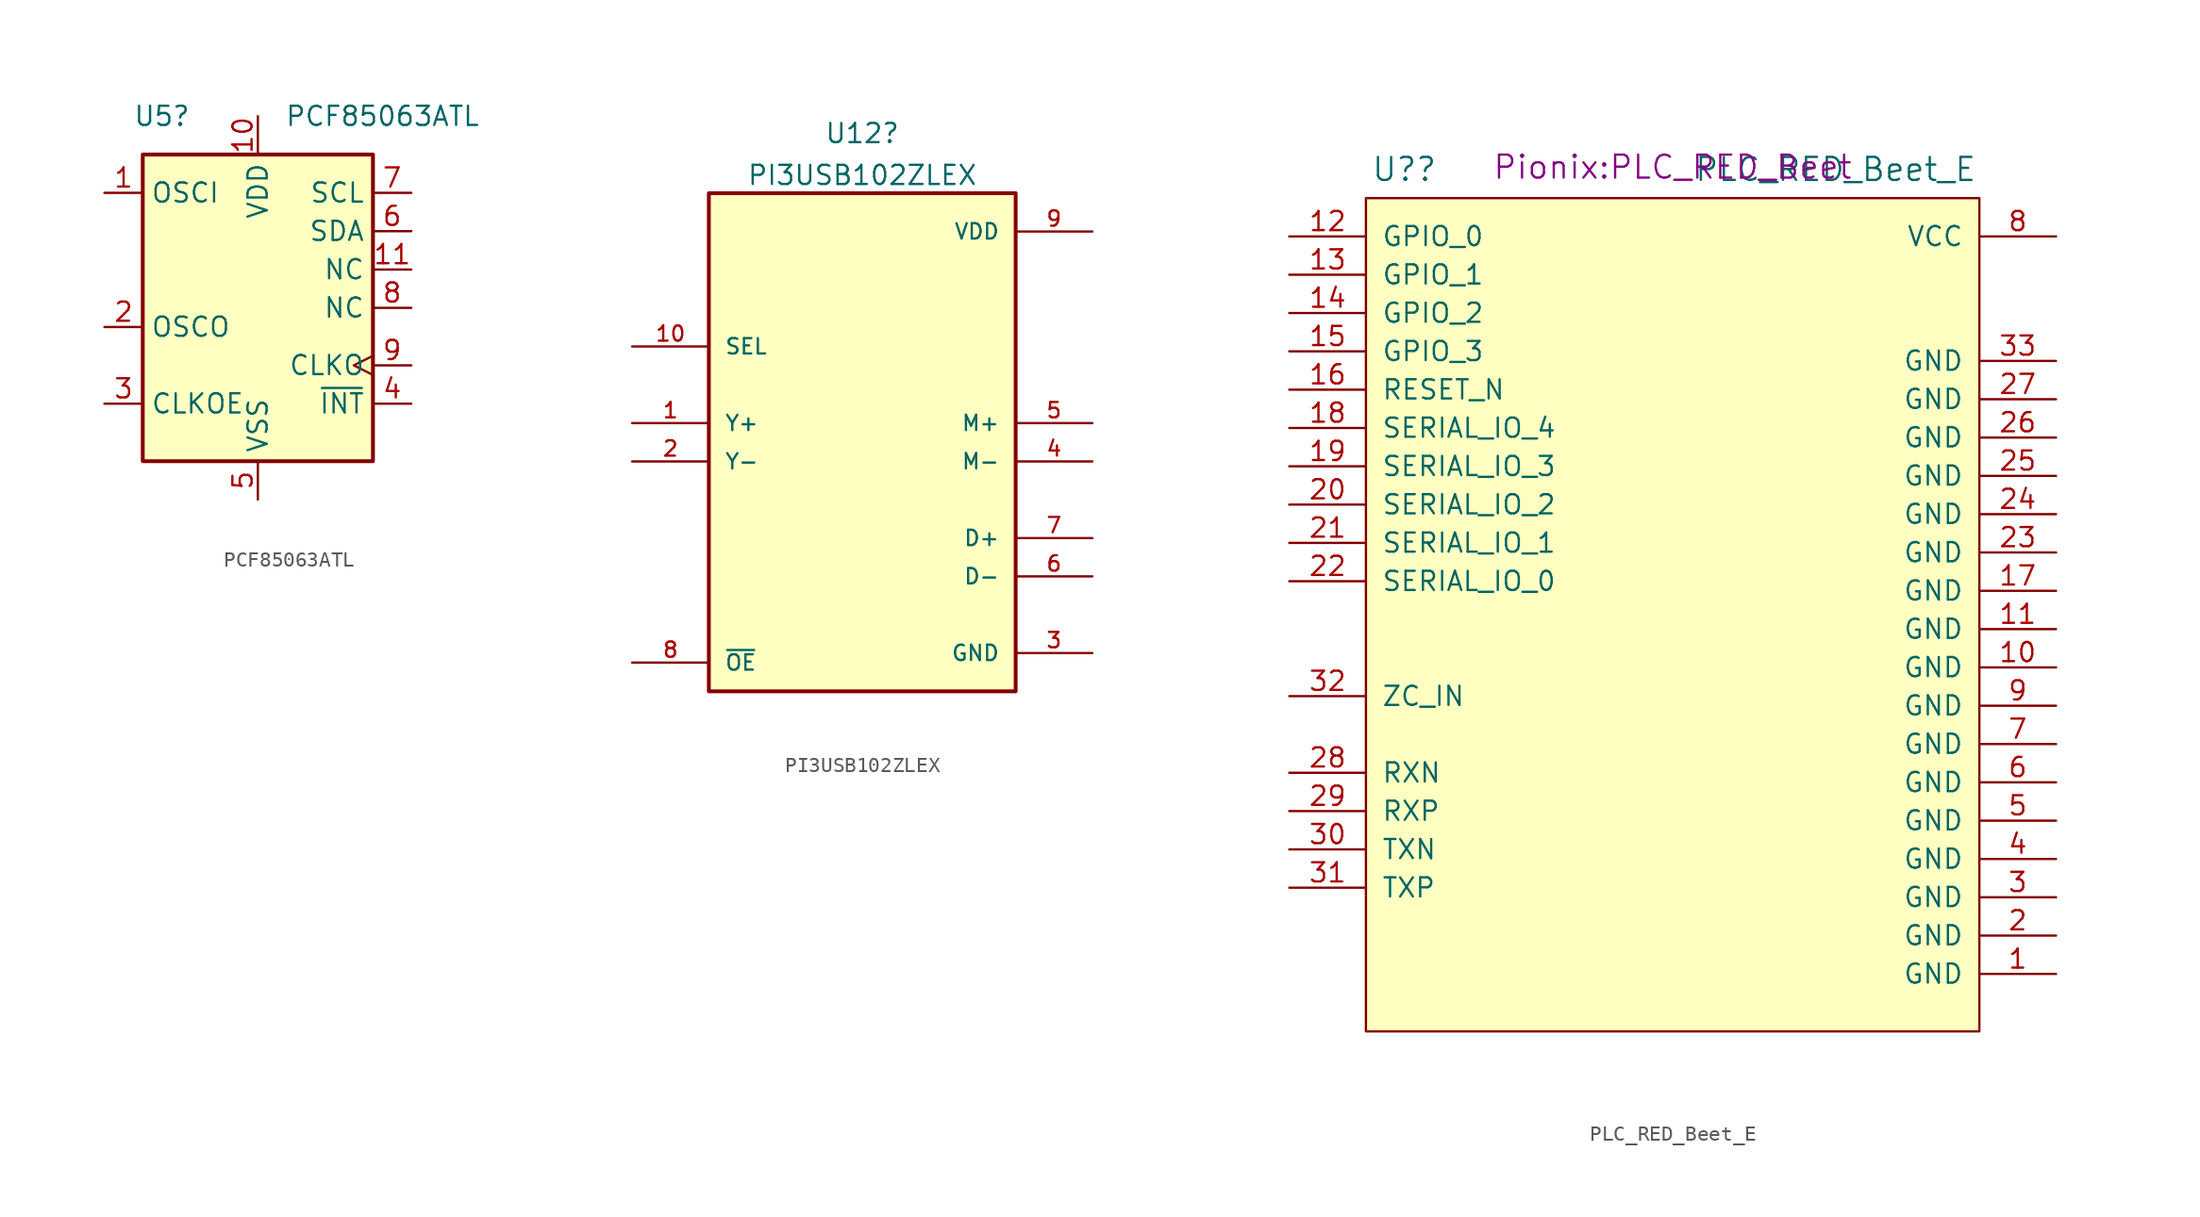
<source format=kicad_sym>
(kicad_symbol_lib
  (version 20211014)
  (generator kicad_symbol_editor)
  (symbol "PCF85063ATL"
    (property "Reference" "U5"
      (at -6.35 10.16 0)
      (effects (font (size 1.27 1.27))))
    (property "Value" "PCF85063ATL"
      (at 8.255 10.16 0)
      (effects (font (size 1.27 1.27))))
    (symbol "PCF85063ATL_0_1"
      (rectangle (start -7.62 7.62) (end 7.62 -12.7) (stroke (width 0.254) (type default) (color 0 0 0 0)) (fill (type background))))
    (symbol "PCF85063ATL_1_1"
      (pin input line (at -10.16 5.08 0) (length 2.54) (name "OSCI" (effects (font (size 1.27 1.27)))) (number "1" (effects (font (size 1.27 1.27)))))
      (pin power_in line (at 0 10.16 270) (length 2.54) (name "VDD" (effects (font (size 1.27 1.27)))) (number "10" (effects (font (size 1.27 1.27)))))
      (pin input line (at 10.16 0 180) (length 2.54) (name "NC" (effects (font (size 1.27 1.27)))) (number "11" (effects (font (size 1.27 1.27)))))
      (pin output line (at -10.16 -3.81 0) (length 2.54) (name "OSCO" (effects (font (size 1.27 1.27)))) (number "2" (effects (font (size 1.27 1.27)))))
      (pin input line (at -10.16 -8.89 0) (length 2.54) (name "CLKOE" (effects (font (size 1.27 1.27)))) (number "3" (effects (font (size 1.27 1.27)))))
      (pin output line (at 10.16 -8.89 180) (length 2.54) (name "~{INT}" (effects (font (size 1.27 1.27)))) (number "4" (effects (font (size 1.27 1.27)))))
      (pin power_in line (at 0 -15.24 90) (length 2.54) (name "VSS" (effects (font (size 1.27 1.27)))) (number "5" (effects (font (size 1.27 1.27)))))
      (pin bidirectional line (at 10.16 2.54 180) (length 2.54) (name "SDA" (effects (font (size 1.27 1.27)))) (number "6" (effects (font (size 1.27 1.27)))))
      (pin input line (at 10.16 5.08 180) (length 2.54) (name "SCL" (effects (font (size 1.27 1.27)))) (number "7" (effects (font (size 1.27 1.27)))))
      (pin input line (at 10.16 -2.54 180) (length 2.54) (name "NC" (effects (font (size 1.27 1.27)))) (number "8" (effects (font (size 1.27 1.27)))))
      (pin output clock (at 10.16 -6.35 180) (length 2.54) (name "CLKO" (effects (font (size 1.27 1.27)))) (number "9" (effects (font (size 1.27 1.27)))))))
  (symbol "PI3USB102ZLEX"
    (pin_names
      (offset 1.016))
    (property "Reference" "U12"
      (at 0 21.747 0)
      (effects (font (size 1.27 1.27))))
    (property "Value" "PI3USB102ZLEX"
      (at 0 18.971 0)
      (effects (font (size 1.27 1.27))))
    (property "ki_locked" ""
      (at 0 0 0)
      (effects (font (size 1.27 1.27))))
    (symbol "PI3USB102ZLEX_0_0"
      (rectangle (start -10.16 -15.24) (end 10.16 17.78) (stroke (width 0.254) (type default) (color 0 0 0 0)) (fill (type background)))
      (pin bidirectional line (at -15.24 2.54 0) (length 5.08) (name "Y+" (effects (font (size 1.016 1.016)))) (number "1" (effects (font (size 1.016 1.016)))))
      (pin input line (at -15.24 7.62 0) (length 5.08) (name "SEL" (effects (font (size 1.016 1.016)))) (number "10" (effects (font (size 1.016 1.016)))))
      (pin bidirectional line (at -15.24 0 0) (length 5.08) (name "Y-" (effects (font (size 1.016 1.016)))) (number "2" (effects (font (size 1.016 1.016)))))
      (pin power_in line (at 15.24 -12.7 180) (length 5.08) (name "GND" (effects (font (size 1.016 1.016)))) (number "3" (effects (font (size 1.016 1.016)))))
      (pin bidirectional line (at 15.24 0 180) (length 5.08) (name "M-" (effects (font (size 1.016 1.016)))) (number "4" (effects (font (size 1.016 1.016)))))
      (pin bidirectional line (at 15.24 2.54 180) (length 5.08) (name "M+" (effects (font (size 1.016 1.016)))) (number "5" (effects (font (size 1.016 1.016)))))
      (pin bidirectional line (at 15.24 -7.62 180) (length 5.08) (name "D-" (effects (font (size 1.016 1.016)))) (number "6" (effects (font (size 1.016 1.016)))))
      (pin bidirectional line (at 15.24 -5.08 180) (length 5.08) (name "D+" (effects (font (size 1.016 1.016)))) (number "7" (effects (font (size 1.016 1.016)))))
      (pin input line (at -15.24 -13.335 0) (length 5.08) (name "~{OE}" (effects (font (size 1.016 1.016)))) (number "8" (effects (font (size 1.016 1.016)))))
      (pin power_in line (at 15.24 15.24 180) (length 5.08) (name "VDD" (effects (font (size 1.016 1.016)))) (number "9" (effects (font (size 1.016 1.016)))))))
  (symbol "PLC_RED_Beet_E"
    (pin_names
      (offset 1.016))
    (property "Reference" "U?"
      (at -17.78 24.765 0)
      (effects (font (size 1.524 1.524))))
    (property "Value" "PLC_RED_Beet_E"
      (at 10.795 24.765 0)
      (effects (font (size 1.524 1.524))))
    (property "Footprint" "Pionix:PLC_RED_Beet"
      (at 0 24.917 0)
      (effects (font (size 1.524 1.524))))
    (property "Datasheet" ""
      (at 0 2.54 0)
      (effects (font (size 1.524 1.524))))
    (symbol "PLC_RED_Beet_E_0_1"
      (rectangle (start -20.32 22.86) (end 20.32 -32.385) (stroke (width 0) (type default) (color 0 0 0 0)) (fill (type background))))
    (symbol "PLC_RED_Beet_E_1_1"
      (pin power_in line (at 25.4 -28.575 180) (length 5.08) (name "GND" (effects (font (size 1.27 1.27)))) (number "1" (effects (font (size 1.27 1.27)))))
      (pin power_in line (at 25.4 -8.255 180) (length 5.08) (name "GND" (effects (font (size 1.27 1.27)))) (number "10" (effects (font (size 1.27 1.27)))))
      (pin power_in line (at 25.4 -5.715 180) (length 5.08) (name "GND" (effects (font (size 1.27 1.27)))) (number "11" (effects (font (size 1.27 1.27)))))
      (pin bidirectional line (at -25.4 20.32 0) (length 5.08) (name "GPIO_0" (effects (font (size 1.27 1.27)))) (number "12" (effects (font (size 1.27 1.27)))))
      (pin bidirectional line (at -25.4 17.78 0) (length 5.08) (name "GPIO_1" (effects (font (size 1.27 1.27)))) (number "13" (effects (font (size 1.27 1.27)))))
      (pin bidirectional line (at -25.4 15.24 0) (length 5.08) (name "GPIO_2" (effects (font (size 1.27 1.27)))) (number "14" (effects (font (size 1.27 1.27)))))
      (pin bidirectional line (at -25.4 12.7 0) (length 5.08) (name "GPIO_3" (effects (font (size 1.27 1.27)))) (number "15" (effects (font (size 1.27 1.27)))))
      (pin input line (at -25.4 10.16 0) (length 5.08) (name "RESET_N" (effects (font (size 1.27 1.27)))) (number "16" (effects (font (size 1.27 1.27)))))
      (pin power_in line (at 25.4 -3.175 180) (length 5.08) (name "GND" (effects (font (size 1.27 1.27)))) (number "17" (effects (font (size 1.27 1.27)))))
      (pin bidirectional line (at -25.4 7.62 0) (length 5.08) (name "SERIAL_IO_4" (effects (font (size 1.27 1.27)))) (number "18" (effects (font (size 1.27 1.27)))))
      (pin bidirectional line (at -25.4 5.08 0) (length 5.08) (name "SERIAL_IO_3" (effects (font (size 1.27 1.27)))) (number "19" (effects (font (size 1.27 1.27)))))
      (pin power_in line (at 25.4 -26.035 180) (length 5.08) (name "GND" (effects (font (size 1.27 1.27)))) (number "2" (effects (font (size 1.27 1.27)))))
      (pin bidirectional line (at -25.4 2.54 0) (length 5.08) (name "SERIAL_IO_2" (effects (font (size 1.27 1.27)))) (number "20" (effects (font (size 1.27 1.27)))))
      (pin bidirectional line (at -25.4 0 0) (length 5.08) (name "SERIAL_IO_1" (effects (font (size 1.27 1.27)))) (number "21" (effects (font (size 1.27 1.27)))))
      (pin bidirectional line (at -25.4 -2.54 0) (length 5.08) (name "SERIAL_IO_0" (effects (font (size 1.27 1.27)))) (number "22" (effects (font (size 1.27 1.27)))))
      (pin power_in line (at 25.4 -0.635 180) (length 5.08) (name "GND" (effects (font (size 1.27 1.27)))) (number "23" (effects (font (size 1.27 1.27)))))
      (pin power_in line (at 25.4 1.905 180) (length 5.08) (name "GND" (effects (font (size 1.27 1.27)))) (number "24" (effects (font (size 1.27 1.27)))))
      (pin power_in line (at 25.4 4.445 180) (length 5.08) (name "GND" (effects (font (size 1.27 1.27)))) (number "25" (effects (font (size 1.27 1.27)))))
      (pin power_in line (at 25.4 6.985 180) (length 5.08) (name "GND" (effects (font (size 1.27 1.27)))) (number "26" (effects (font (size 1.27 1.27)))))
      (pin power_in line (at 25.4 9.525 180) (length 5.08) (name "GND" (effects (font (size 1.27 1.27)))) (number "27" (effects (font (size 1.27 1.27)))))
      (pin input line (at -25.4 -15.24 0) (length 5.08) (name "RXN" (effects (font (size 1.27 1.27)))) (number "28" (effects (font (size 1.27 1.27)))))
      (pin input line (at -25.4 -17.78 0) (length 5.08) (name "RXP" (effects (font (size 1.27 1.27)))) (number "29" (effects (font (size 1.27 1.27)))))
      (pin power_in line (at 25.4 -23.495 180) (length 5.08) (name "GND" (effects (font (size 1.27 1.27)))) (number "3" (effects (font (size 1.27 1.27)))))
      (pin input line (at -25.4 -20.32 0) (length 5.08) (name "TXN" (effects (font (size 1.27 1.27)))) (number "30" (effects (font (size 1.27 1.27)))))
      (pin input line (at -25.4 -22.86 0) (length 5.08) (name "TXP" (effects (font (size 1.27 1.27)))) (number "31" (effects (font (size 1.27 1.27)))))
      (pin input line (at -25.4 -10.16 0) (length 5.08) (name "ZC_IN" (effects (font (size 1.27 1.27)))) (number "32" (effects (font (size 1.27 1.27)))))
      (pin power_in line (at 25.4 12.065 180) (length 5.08) (name "GND" (effects (font (size 1.27 1.27)))) (number "33" (effects (font (size 1.27 1.27)))))
      (pin power_in line (at 25.4 -20.955 180) (length 5.08) (name "GND" (effects (font (size 1.27 1.27)))) (number "4" (effects (font (size 1.27 1.27)))))
      (pin power_in line (at 25.4 -18.415 180) (length 5.08) (name "GND" (effects (font (size 1.27 1.27)))) (number "5" (effects (font (size 1.27 1.27)))))
      (pin power_in line (at 25.4 -15.875 180) (length 5.08) (name "GND" (effects (font (size 1.27 1.27)))) (number "6" (effects (font (size 1.27 1.27)))))
      (pin power_in line (at 25.4 -13.335 180) (length 5.08) (name "GND" (effects (font (size 1.27 1.27)))) (number "7" (effects (font (size 1.27 1.27)))))
      (pin power_in line (at 25.4 20.32 180) (length 5.08) (name "VCC" (effects (font (size 1.27 1.27)))) (number "8" (effects (font (size 1.27 1.27)))))
      (pin power_in line (at 25.4 -10.795 180) (length 5.08) (name "GND" (effects (font (size 1.27 1.27)))) (number "9" (effects (font (size 1.27 1.27))))))))
</source>
